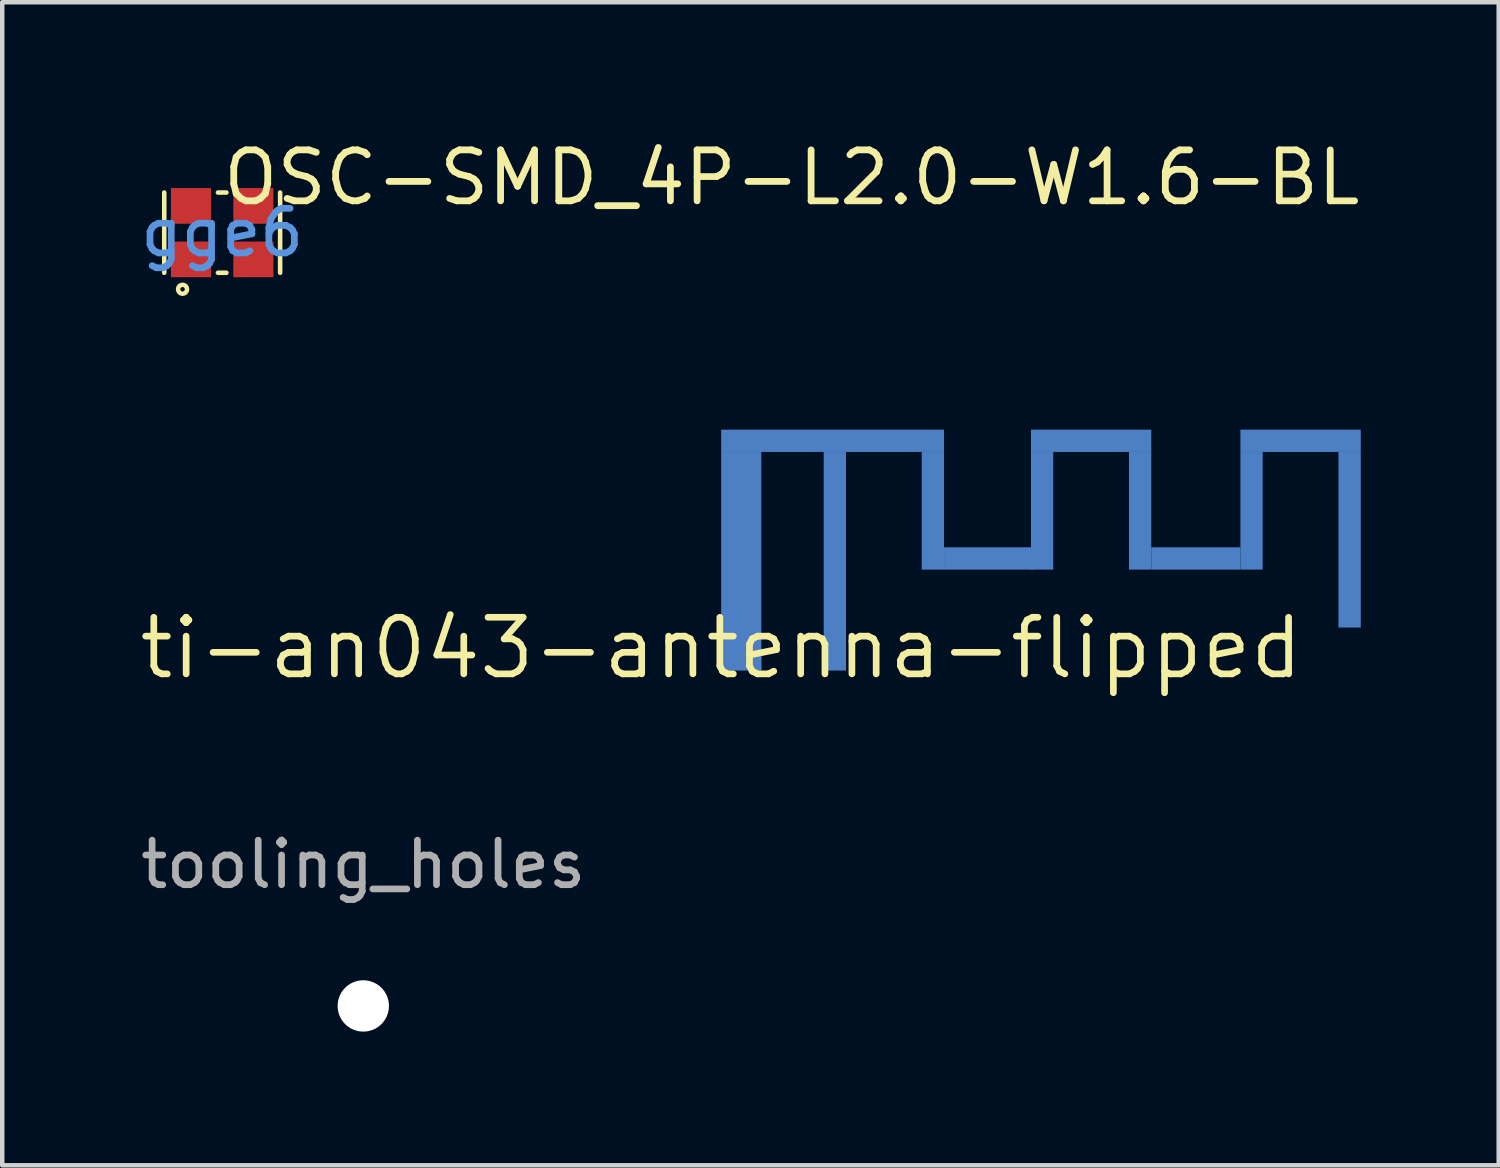
<source format=kicad_pcb>
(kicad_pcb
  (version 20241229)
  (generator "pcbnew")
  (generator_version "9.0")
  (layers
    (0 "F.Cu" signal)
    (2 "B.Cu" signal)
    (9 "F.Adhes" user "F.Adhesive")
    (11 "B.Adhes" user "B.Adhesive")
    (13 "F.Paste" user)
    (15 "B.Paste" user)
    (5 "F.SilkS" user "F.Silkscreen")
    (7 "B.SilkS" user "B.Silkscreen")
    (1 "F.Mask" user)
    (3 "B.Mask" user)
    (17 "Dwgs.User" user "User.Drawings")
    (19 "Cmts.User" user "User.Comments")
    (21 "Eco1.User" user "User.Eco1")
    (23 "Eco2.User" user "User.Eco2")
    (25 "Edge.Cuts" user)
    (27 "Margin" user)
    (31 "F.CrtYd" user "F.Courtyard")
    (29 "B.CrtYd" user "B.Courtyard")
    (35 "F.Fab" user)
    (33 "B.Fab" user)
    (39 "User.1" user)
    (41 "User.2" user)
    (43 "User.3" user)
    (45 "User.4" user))
  (footprint "ti-an043-antenna-flipped"
    (layer "F.Cu")
    (at 13.131 11.49)
    (property "Reference" "ti-an043-antenna-flipped" (at 0 0 0) (layer "F.SilkS") (effects (font (size 1.27 1.27) (thickness 0.15))))
    (attr through_hole)
    (fp_poly (pts (xy 0 -4.9) (xy 0 -4.4) (xy 5 -4.4) (xy 5 -4.9) (xy 0 -4.9)) (stroke (width 0) (type solid)) (fill yes) (layer "B.Cu"))
    (fp_poly (pts (xy 0 -4.4) (xy 0 0.5) (xy 0.9 0.5) (xy 0.9 -4.4) (xy 0 -4.4)) (stroke (width 0) (type solid)) (fill yes) (layer "B.Cu"))
    (fp_poly (pts (xy 2.3 -4.4) (xy 2.3 0.5) (xy 2.8 0.5) (xy 2.8 -4.4) (xy 2.3 -4.4)) (stroke (width 0) (type solid)) (fill yes) (layer "B.Cu"))
    (fp_poly (pts (xy 4.5 -4.4) (xy 4.5 -1.76) (xy 5 -1.76) (xy 5 -4.4) (xy 4.5 -4.4)) (stroke (width 0) (type solid)) (fill yes) (layer "B.Cu"))
    (fp_poly (pts (xy 5 -2.26) (xy 5 -1.76) (xy 7 -1.76) (xy 7 -2.26) (xy 5 -2.26)) (stroke (width 0) (type solid)) (fill yes) (layer "B.Cu"))
    (fp_poly (pts (xy 6.95 -4.9) (xy 6.95 -4.4) (xy 9.65 -4.4) (xy 9.65 -4.9) (xy 6.95 -4.9)) (stroke (width 0) (type solid)) (fill yes) (layer "B.Cu"))
    (fp_poly (pts (xy 6.95 -4.4) (xy 6.95 -1.76) (xy 7.45 -1.76) (xy 7.45 -4.4) (xy 6.95 -4.4)) (stroke (width 0) (type solid)) (fill yes) (layer "B.Cu"))
    (fp_poly (pts (xy 9.15 -4.4) (xy 9.15 -1.76) (xy 9.65 -1.76) (xy 9.65 -4.4) (xy 9.15 -4.4)) (stroke (width 0) (type solid)) (fill yes) (layer "B.Cu"))
    (fp_poly (pts (xy 9.65 -2.26) (xy 9.65 -1.76) (xy 11.65 -1.76) (xy 11.65 -2.26) (xy 9.65 -2.26)) (stroke (width 0) (type solid)) (fill yes) (layer "B.Cu"))
    (fp_poly (pts (xy 11.65 -4.9) (xy 11.65 -4.4) (xy 14.35 -4.4) (xy 14.35 -4.9) (xy 11.65 -4.9)) (stroke (width 0) (type solid)) (fill yes) (layer "B.Cu"))
    (fp_poly (pts (xy 11.65 -4.4) (xy 11.65 -1.76) (xy 12.15 -1.76) (xy 12.15 -4.4) (xy 11.65 -4.4)) (stroke (width 0) (type solid)) (fill yes) (layer "B.Cu"))
    (fp_poly (pts (xy 13.85 -4.4) (xy 13.85 -0.46) (xy 14.35 -0.46) (xy 14.35 -4.4) (xy 13.85 -4.4)) (stroke (width 0) (type solid)) (fill yes) (layer "B.Cu"))
    (pad "1" smd rect (at 2.55 0.25) (size 0.5 0.5) (layers "B.Cu" "B.Mask" "B.Paste"))
    (pad "2" smd rect (at 0.45 0.25) (size 0.9 0.5) (layers "B.Cu" "B.Mask" "B.Paste")))
  (footprint "tooling_holes"
    (layer "F.Cu")
    (at 5.101 19.52)
    (property "Reference" "tooling_holes" (at 0 -3.175 0) (layer "F.Fab") (effects (font (size 1 1) (thickness 0.15))))
    (attr through_hole)
    (pad "" np_thru_hole circle (at 0 0) (size 1.152 1.152) (drill 1.152) (layers "*.Cu" "*.Mask")))
  (footprint "OSC-SMD_4P-L2.0-W1.6-BL"
    (layer "F.Cu")
    (at 1.935 2.17)
    (property "Reference" "OSC-SMD_4P-L2.0-W1.6-BL" (at -0.058 -1.235 0) (layer "F.SilkS") (effects (font (size 1.143 1.143) (thickness 0.152)) (justify left)))
    (attr smd)
    (fp_line (start -1.3 -0.9) (end -1.3 0.9) (stroke (width 0.102) (type solid)) (layer "F.SilkS"))
    (fp_line (start -0.095 -0.9) (end 0.095 -0.9) (stroke (width 0.102) (type solid)) (layer "F.SilkS"))
    (fp_line (start -0.095 0.9) (end 0.095 0.9) (stroke (width 0.102) (type solid)) (layer "F.SilkS"))
    (fp_line (start 1.3 -0.9) (end 1.3 0.9) (stroke (width 0.102) (type solid)) (layer "F.SilkS"))
    (fp_circle (center -0.889 1.27) (end -0.789 1.27) (stroke (width 0.1) (type solid)) (fill no) (layer "F.SilkS"))
    (fp_text user "gge6" (at 0 0 0) (layer "Cmts.User") (effects (font (size 1 1) (thickness 0.15))))
    (pad "1" smd rect (at -0.7 0.6) (size 0.9 0.8) (layers "F.Cu" "F.Mask" "F.Paste"))
    (pad "2" smd rect (at 0.7 0.6) (size 0.9 0.8) (layers "F.Cu" "F.Mask" "F.Paste"))
    (pad "3" smd rect (at 0.7 -0.6) (size 0.9 0.8) (layers "F.Cu" "F.Mask" "F.Paste"))
    (pad "4" smd rect (at -0.7 -0.6) (size 0.9 0.8) (layers "F.Cu" "F.Mask" "F.Paste")))
  (gr_rect
    (start -3 -3)
    (end 30.576 23.096)
    (stroke (width 0.1) (type default))
    (fill no)
    (layer "Edge.Cuts")))
</source>
